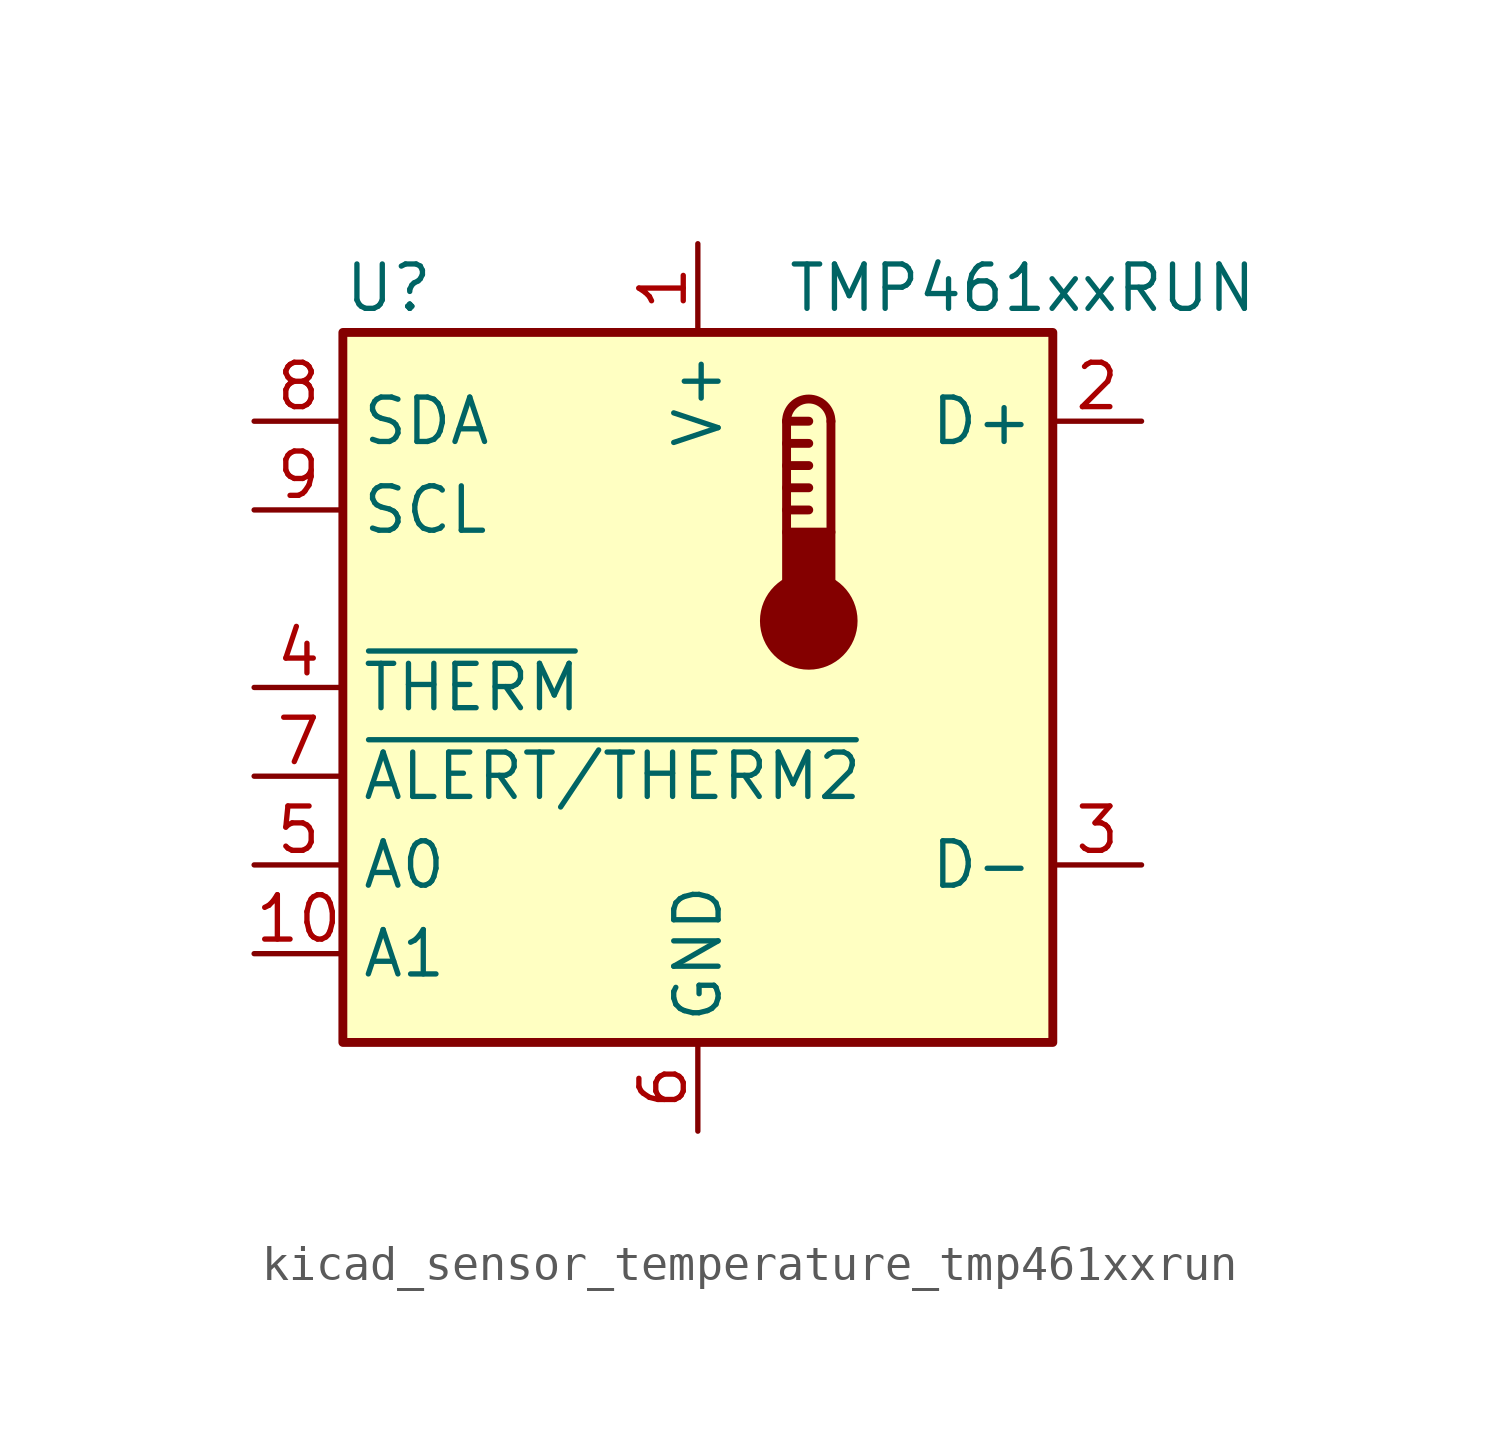
<source format=kicad_sym>
(kicad_symbol_lib
  (version 20220914)
  (generator kicad_symbol_editor)
  (symbol "kicad_sensor_temperature_tmp461xxrun"
    (property "Reference" "U"
      (at -10.16 11.43 0)
      (effects (font (size 1.27 1.27)) (justify left)))
    (property "Value" "TMP461xxRUN"
      (at 2.54 11.43 0)
      (effects (font (size 1.27 1.27)) (justify left)))
    (symbol "kicad_sensor_temperature_tmp461xxrun_0_1"
      (rectangle (start -10.16 10.16) (end 10.16 -10.16) (stroke (width 0.254) (type default)) (fill (type background))))
    (symbol "kicad_sensor_temperature_tmp461xxrun_1_1"
      (polyline (pts (xy 2.54 5.08) (xy 3.175 5.08)) (stroke (width 0.254) (type default)) (fill (type none)))
      (polyline (pts (xy 2.54 5.715) (xy 3.175 5.715)) (stroke (width 0.254) (type default)) (fill (type none)))
      (polyline (pts (xy 2.54 6.35) (xy 3.175 6.35)) (stroke (width 0.254) (type default)) (fill (type none)))
      (polyline (pts (xy 2.54 6.985) (xy 3.175 6.985)) (stroke (width 0.254) (type default)) (fill (type none)))
      (polyline (pts (xy 2.54 7.62) (xy 2.54 4.445)) (stroke (width 0.254) (type default)) (fill (type none)))
      (polyline (pts (xy 2.54 7.62) (xy 3.175 7.62)) (stroke (width 0.254) (type default)) (fill (type none)))
      (polyline (pts (xy 3.81 7.62) (xy 3.81 4.445)) (stroke (width 0.254) (type default)) (fill (type none)))
      (circle (center 3.175 1.905) (radius 1.27) (stroke (width 0.254) (type default)) (fill (type outline)))
      (rectangle (start 3.81 2.54) (end 2.54 4.445) (stroke (width 0.254) (type default)) (fill (type outline)))
      (arc (start 3.81 7.62) (mid 3.175 8.2523) (end 2.54 7.62) (stroke (width 0.254) (type default)) (fill (type none)))
      (pin power_in line (at 0 12.7 270) (length 2.54) (name "V+" (effects (font (size 1.27 1.27)))) (number "1" (effects (font (size 1.27 1.27)))))
      (pin passive line (at -12.7 -7.62 0) (length 2.54) (name "A1" (effects (font (size 1.27 1.27)))) (number "10" (effects (font (size 1.27 1.27)))))
      (pin passive line (at 12.7 7.62 180) (length 2.54) (name "D+" (effects (font (size 1.27 1.27)))) (number "2" (effects (font (size 1.27 1.27)))))
      (pin passive line (at 12.7 -5.08 180) (length 2.54) (name "D-" (effects (font (size 1.27 1.27)))) (number "3" (effects (font (size 1.27 1.27)))))
      (pin open_collector line (at -12.7 0 0) (length 2.54) (name "~{THERM}" (effects (font (size 1.27 1.27)))) (number "4" (effects (font (size 1.27 1.27)))))
      (pin passive line (at -12.7 -5.08 0) (length 2.54) (name "A0" (effects (font (size 1.27 1.27)))) (number "5" (effects (font (size 1.27 1.27)))))
      (pin power_in line (at 0 -12.7 90) (length 2.54) (name "GND" (effects (font (size 1.27 1.27)))) (number "6" (effects (font (size 1.27 1.27)))))
      (pin open_collector line (at -12.7 -2.54 0) (length 2.54) (name "~{ALERT/THERM2}" (effects (font (size 1.27 1.27)))) (number "7" (effects (font (size 1.27 1.27)))) (alternate "~{ALERT}" open_collector line) (alternate "~{THERM2}" open_collector line))
      (pin bidirectional line (at -12.7 7.62 0) (length 2.54) (name "SDA" (effects (font (size 1.27 1.27)))) (number "8" (effects (font (size 1.27 1.27)))))
      (pin input line (at -12.7 5.08 0) (length 2.54) (name "SCL" (effects (font (size 1.27 1.27)))) (number "9" (effects (font (size 1.27 1.27))))))))
</source>
